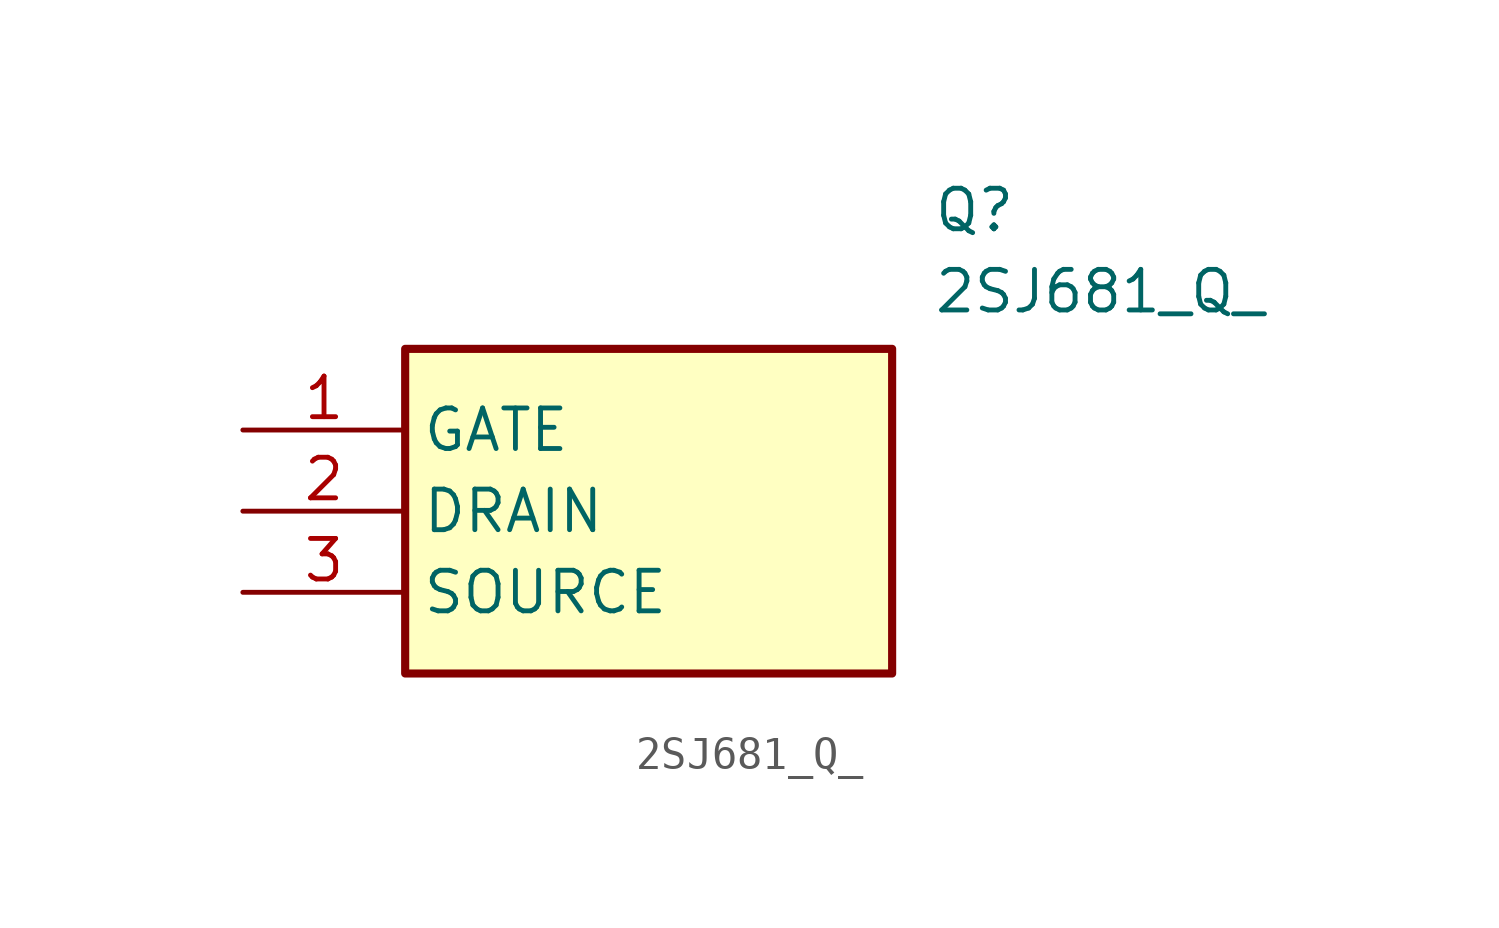
<source format=kicad_sym>
(kicad_symbol_lib
  (version 20211014)
  (generator SamacSys_ECAD_Model)
  (symbol "2SJ681_Q_"
    (property "Reference" "Q"
      (at 21.59 7.62 0)
      (effects (font (size 1.27 1.27)) (justify left top)))
    (property "Value" "2SJ681_Q_"
      (at 21.59 5.08 0)
      (effects (font (size 1.27 1.27)) (justify left top)))
    (rectangle
      (start 5.08 2.54)
      (end 20.32 -7.62)
      (stroke (width 0.254) (type default))
      (fill (type background)))
    (pin passive line
      (at 0 0 0)
      (length 5.08)
      (name "GATE" (effects (font (size 1.27 1.27))))
      (number "1" (effects (font (size 1.27 1.27)))))
    (pin passive line
      (at 0 -2.54 0)
      (length 5.08)
      (name "DRAIN" (effects (font (size 1.27 1.27))))
      (number "2" (effects (font (size 1.27 1.27)))))
    (pin passive line
      (at 0 -5.08 0)
      (length 5.08)
      (name "SOURCE" (effects (font (size 1.27 1.27))))
      (number "3" (effects (font (size 1.27 1.27)))))))
</source>
